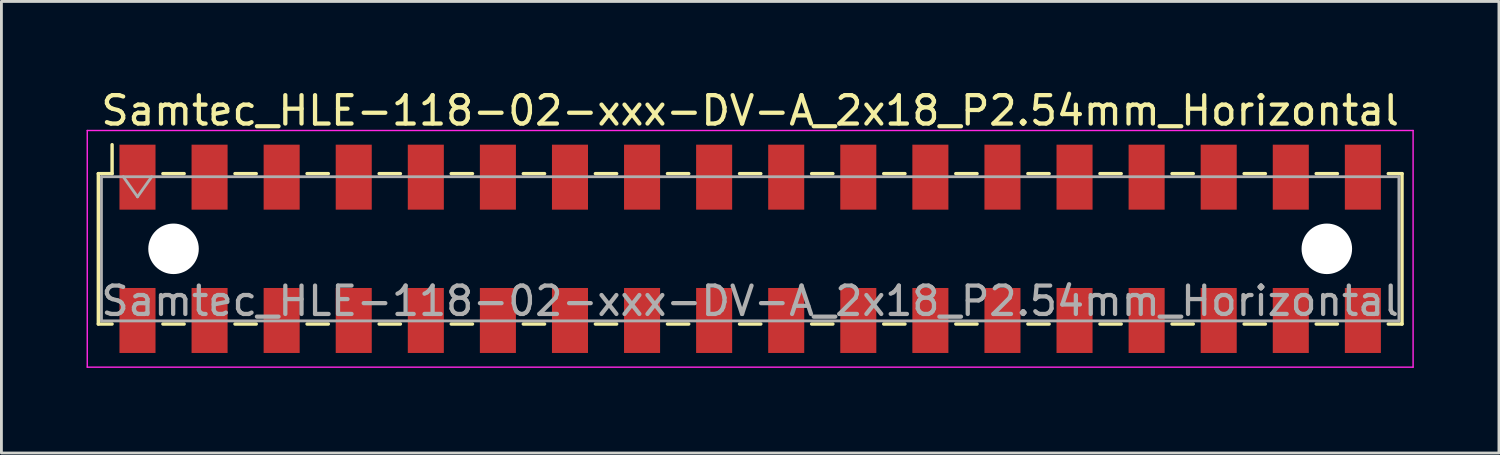
<source format=kicad_pcb>
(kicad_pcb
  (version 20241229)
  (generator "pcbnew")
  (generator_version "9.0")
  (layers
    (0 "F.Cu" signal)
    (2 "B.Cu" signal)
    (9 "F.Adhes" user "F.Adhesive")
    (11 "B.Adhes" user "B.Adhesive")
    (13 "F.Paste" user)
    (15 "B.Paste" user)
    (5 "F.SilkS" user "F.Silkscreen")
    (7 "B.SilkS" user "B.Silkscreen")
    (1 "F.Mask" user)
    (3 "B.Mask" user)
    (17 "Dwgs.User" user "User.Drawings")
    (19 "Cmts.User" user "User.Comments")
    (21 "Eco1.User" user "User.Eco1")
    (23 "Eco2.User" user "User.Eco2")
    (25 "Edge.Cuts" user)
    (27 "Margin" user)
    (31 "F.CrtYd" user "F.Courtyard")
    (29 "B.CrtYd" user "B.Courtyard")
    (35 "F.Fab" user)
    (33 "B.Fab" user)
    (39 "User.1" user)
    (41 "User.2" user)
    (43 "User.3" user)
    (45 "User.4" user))
  (footprint "Samtec_HLE-118-02-xxx-DV-A_2x18_P2.54mm_Horizontal"
    (layer "F.Cu")
    (at 23.385 5.718)
    (property "Reference" "Samtec_HLE-118-02-xxx-DV-A_2x18_P2.54mm_Horizontal" (at 0 -4.87 0) (layer "F.SilkS") (effects (font (size 1 1) (thickness 0.15))))
    (attr smd)
    (fp_line (start -22.97 -2.65) (end -22.97 2.65) (stroke (width 0.12) (type solid)) (layer "F.SilkS"))
    (fp_line (start -22.97 2.65) (end -22.485 2.65) (stroke (width 0.12) (type solid)) (layer "F.SilkS"))
    (fp_line (start -22.485 -3.67) (end -22.485 -2.65) (stroke (width 0.12) (type solid)) (layer "F.SilkS"))
    (fp_line (start -22.485 -2.65) (end -22.97 -2.65) (stroke (width 0.12) (type solid)) (layer "F.SilkS"))
    (fp_line (start -20.695 -2.65) (end -19.945 -2.65) (stroke (width 0.12) (type solid)) (layer "F.SilkS"))
    (fp_line (start -20.695 2.65) (end -19.945 2.65) (stroke (width 0.12) (type solid)) (layer "F.SilkS"))
    (fp_line (start -18.155 -2.65) (end -17.405 -2.65) (stroke (width 0.12) (type solid)) (layer "F.SilkS"))
    (fp_line (start -18.155 2.65) (end -17.405 2.65) (stroke (width 0.12) (type solid)) (layer "F.SilkS"))
    (fp_line (start -15.615 -2.65) (end -14.865 -2.65) (stroke (width 0.12) (type solid)) (layer "F.SilkS"))
    (fp_line (start -15.615 2.65) (end -14.865 2.65) (stroke (width 0.12) (type solid)) (layer "F.SilkS"))
    (fp_line (start -13.075 -2.65) (end -12.325 -2.65) (stroke (width 0.12) (type solid)) (layer "F.SilkS"))
    (fp_line (start -13.075 2.65) (end -12.325 2.65) (stroke (width 0.12) (type solid)) (layer "F.SilkS"))
    (fp_line (start -10.535 -2.65) (end -9.785 -2.65) (stroke (width 0.12) (type solid)) (layer "F.SilkS"))
    (fp_line (start -10.535 2.65) (end -9.785 2.65) (stroke (width 0.12) (type solid)) (layer "F.SilkS"))
    (fp_line (start -7.995 -2.65) (end -7.245 -2.65) (stroke (width 0.12) (type solid)) (layer "F.SilkS"))
    (fp_line (start -7.995 2.65) (end -7.245 2.65) (stroke (width 0.12) (type solid)) (layer "F.SilkS"))
    (fp_line (start -5.455 -2.65) (end -4.705 -2.65) (stroke (width 0.12) (type solid)) (layer "F.SilkS"))
    (fp_line (start -5.455 2.65) (end -4.705 2.65) (stroke (width 0.12) (type solid)) (layer "F.SilkS"))
    (fp_line (start -2.915 -2.65) (end -2.165 -2.65) (stroke (width 0.12) (type solid)) (layer "F.SilkS"))
    (fp_line (start -2.915 2.65) (end -2.165 2.65) (stroke (width 0.12) (type solid)) (layer "F.SilkS"))
    (fp_line (start -0.375 -2.65) (end 0.375 -2.65) (stroke (width 0.12) (type solid)) (layer "F.SilkS"))
    (fp_line (start -0.375 2.65) (end 0.375 2.65) (stroke (width 0.12) (type solid)) (layer "F.SilkS"))
    (fp_line (start 2.165 -2.65) (end 2.915 -2.65) (stroke (width 0.12) (type solid)) (layer "F.SilkS"))
    (fp_line (start 2.165 2.65) (end 2.915 2.65) (stroke (width 0.12) (type solid)) (layer "F.SilkS"))
    (fp_line (start 4.705 -2.65) (end 5.455 -2.65) (stroke (width 0.12) (type solid)) (layer "F.SilkS"))
    (fp_line (start 4.705 2.65) (end 5.455 2.65) (stroke (width 0.12) (type solid)) (layer "F.SilkS"))
    (fp_line (start 7.245 -2.65) (end 7.995 -2.65) (stroke (width 0.12) (type solid)) (layer "F.SilkS"))
    (fp_line (start 7.245 2.65) (end 7.995 2.65) (stroke (width 0.12) (type solid)) (layer "F.SilkS"))
    (fp_line (start 9.785 -2.65) (end 10.535 -2.65) (stroke (width 0.12) (type solid)) (layer "F.SilkS"))
    (fp_line (start 9.785 2.65) (end 10.535 2.65) (stroke (width 0.12) (type solid)) (layer "F.SilkS"))
    (fp_line (start 12.325 -2.65) (end 13.075 -2.65) (stroke (width 0.12) (type solid)) (layer "F.SilkS"))
    (fp_line (start 12.325 2.65) (end 13.075 2.65) (stroke (width 0.12) (type solid)) (layer "F.SilkS"))
    (fp_line (start 14.865 -2.65) (end 15.615 -2.65) (stroke (width 0.12) (type solid)) (layer "F.SilkS"))
    (fp_line (start 14.865 2.65) (end 15.615 2.65) (stroke (width 0.12) (type solid)) (layer "F.SilkS"))
    (fp_line (start 17.405 -2.65) (end 18.155 -2.65) (stroke (width 0.12) (type solid)) (layer "F.SilkS"))
    (fp_line (start 17.405 2.65) (end 18.155 2.65) (stroke (width 0.12) (type solid)) (layer "F.SilkS"))
    (fp_line (start 19.945 -2.65) (end 20.695 -2.65) (stroke (width 0.12) (type solid)) (layer "F.SilkS"))
    (fp_line (start 19.945 2.65) (end 20.695 2.65) (stroke (width 0.12) (type solid)) (layer "F.SilkS"))
    (fp_line (start 22.485 -2.65) (end 22.97 -2.65) (stroke (width 0.12) (type solid)) (layer "F.SilkS"))
    (fp_line (start 22.97 -2.65) (end 22.97 2.65) (stroke (width 0.12) (type solid)) (layer "F.SilkS"))
    (fp_line (start 22.97 2.65) (end 22.485 2.65) (stroke (width 0.12) (type solid)) (layer "F.SilkS"))
    (fp_line (start -23.36 -4.17) (end 23.36 -4.17) (stroke (width 0.05) (type solid)) (layer "F.CrtYd"))
    (fp_line (start -23.36 4.17) (end -23.36 -4.17) (stroke (width 0.05) (type solid)) (layer "F.CrtYd"))
    (fp_line (start 23.36 -4.17) (end 23.36 4.17) (stroke (width 0.05) (type solid)) (layer "F.CrtYd"))
    (fp_line (start 23.36 4.17) (end -23.36 4.17) (stroke (width 0.05) (type solid)) (layer "F.CrtYd"))
    (fp_line (start -22.86 -2.54) (end 22.86 -2.54) (stroke (width 0.1) (type solid)) (layer "F.Fab"))
    (fp_line (start -22.86 2.54) (end -22.86 -2.54) (stroke (width 0.1) (type solid)) (layer "F.Fab"))
    (fp_line (start -22.09 -2.54) (end -21.59 -1.833) (stroke (width 0.1) (type solid)) (layer "F.Fab"))
    (fp_line (start -21.59 -1.833) (end -21.09 -2.54) (stroke (width 0.1) (type solid)) (layer "F.Fab"))
    (fp_line (start 22.86 -2.54) (end 22.86 2.54) (stroke (width 0.1) (type solid)) (layer "F.Fab"))
    (fp_line (start 22.86 2.54) (end -22.86 2.54) (stroke (width 0.1) (type solid)) (layer "F.Fab"))
    (fp_text user "${REFERENCE}" (at 0 1.84 0) (layer "F.Fab") (effects (font (size 1 1) (thickness 0.15))))
    (pad "" np_thru_hole circle (at -20.32 0) (size 1.78 1.78) (drill 1.78) (layers "*.Cu" "*.Mask"))
    (pad "" np_thru_hole circle (at 20.32 0) (size 1.78 1.78) (drill 1.78) (layers "*.Cu" "*.Mask"))
    (pad "1" smd rect (at -21.59 -2.525) (size 1.27 2.29) (layers "F.Cu" "F.Mask" "F.Paste"))
    (pad "2" smd rect (at -21.59 2.525) (size 1.27 2.29) (layers "F.Cu" "F.Mask" "F.Paste"))
    (pad "3" smd rect (at -19.05 -2.525) (size 1.27 2.29) (layers "F.Cu" "F.Mask" "F.Paste"))
    (pad "4" smd rect (at -19.05 2.525) (size 1.27 2.29) (layers "F.Cu" "F.Mask" "F.Paste"))
    (pad "5" smd rect (at -16.51 -2.525) (size 1.27 2.29) (layers "F.Cu" "F.Mask" "F.Paste"))
    (pad "6" smd rect (at -16.51 2.525) (size 1.27 2.29) (layers "F.Cu" "F.Mask" "F.Paste"))
    (pad "7" smd rect (at -13.97 -2.525) (size 1.27 2.29) (layers "F.Cu" "F.Mask" "F.Paste"))
    (pad "8" smd rect (at -13.97 2.525) (size 1.27 2.29) (layers "F.Cu" "F.Mask" "F.Paste"))
    (pad "9" smd rect (at -11.43 -2.525) (size 1.27 2.29) (layers "F.Cu" "F.Mask" "F.Paste"))
    (pad "10" smd rect (at -11.43 2.525) (size 1.27 2.29) (layers "F.Cu" "F.Mask" "F.Paste"))
    (pad "11" smd rect (at -8.89 -2.525) (size 1.27 2.29) (layers "F.Cu" "F.Mask" "F.Paste"))
    (pad "12" smd rect (at -8.89 2.525) (size 1.27 2.29) (layers "F.Cu" "F.Mask" "F.Paste"))
    (pad "13" smd rect (at -6.35 -2.525) (size 1.27 2.29) (layers "F.Cu" "F.Mask" "F.Paste"))
    (pad "14" smd rect (at -6.35 2.525) (size 1.27 2.29) (layers "F.Cu" "F.Mask" "F.Paste"))
    (pad "15" smd rect (at -3.81 -2.525) (size 1.27 2.29) (layers "F.Cu" "F.Mask" "F.Paste"))
    (pad "16" smd rect (at -3.81 2.525) (size 1.27 2.29) (layers "F.Cu" "F.Mask" "F.Paste"))
    (pad "17" smd rect (at -1.27 -2.525) (size 1.27 2.29) (layers "F.Cu" "F.Mask" "F.Paste"))
    (pad "18" smd rect (at -1.27 2.525) (size 1.27 2.29) (layers "F.Cu" "F.Mask" "F.Paste"))
    (pad "19" smd rect (at 1.27 -2.525) (size 1.27 2.29) (layers "F.Cu" "F.Mask" "F.Paste"))
    (pad "20" smd rect (at 1.27 2.525) (size 1.27 2.29) (layers "F.Cu" "F.Mask" "F.Paste"))
    (pad "21" smd rect (at 3.81 -2.525) (size 1.27 2.29) (layers "F.Cu" "F.Mask" "F.Paste"))
    (pad "22" smd rect (at 3.81 2.525) (size 1.27 2.29) (layers "F.Cu" "F.Mask" "F.Paste"))
    (pad "23" smd rect (at 6.35 -2.525) (size 1.27 2.29) (layers "F.Cu" "F.Mask" "F.Paste"))
    (pad "24" smd rect (at 6.35 2.525) (size 1.27 2.29) (layers "F.Cu" "F.Mask" "F.Paste"))
    (pad "25" smd rect (at 8.89 -2.525) (size 1.27 2.29) (layers "F.Cu" "F.Mask" "F.Paste"))
    (pad "26" smd rect (at 8.89 2.525) (size 1.27 2.29) (layers "F.Cu" "F.Mask" "F.Paste"))
    (pad "27" smd rect (at 11.43 -2.525) (size 1.27 2.29) (layers "F.Cu" "F.Mask" "F.Paste"))
    (pad "28" smd rect (at 11.43 2.525) (size 1.27 2.29) (layers "F.Cu" "F.Mask" "F.Paste"))
    (pad "29" smd rect (at 13.97 -2.525) (size 1.27 2.29) (layers "F.Cu" "F.Mask" "F.Paste"))
    (pad "30" smd rect (at 13.97 2.525) (size 1.27 2.29) (layers "F.Cu" "F.Mask" "F.Paste"))
    (pad "31" smd rect (at 16.51 -2.525) (size 1.27 2.29) (layers "F.Cu" "F.Mask" "F.Paste"))
    (pad "32" smd rect (at 16.51 2.525) (size 1.27 2.29) (layers "F.Cu" "F.Mask" "F.Paste"))
    (pad "33" smd rect (at 19.05 -2.525) (size 1.27 2.29) (layers "F.Cu" "F.Mask" "F.Paste"))
    (pad "34" smd rect (at 19.05 2.525) (size 1.27 2.29) (layers "F.Cu" "F.Mask" "F.Paste"))
    (pad "35" smd rect (at 21.59 -2.525) (size 1.27 2.29) (layers "F.Cu" "F.Mask" "F.Paste"))
    (pad "36" smd rect (at 21.59 2.525) (size 1.27 2.29) (layers "F.Cu" "F.Mask" "F.Paste")))
  (gr_rect
    (start -3 -3)
    (end 49.77 12.913)
    (stroke (width 0.1) (type default))
    (fill no)
    (layer "Edge.Cuts")))
</source>
